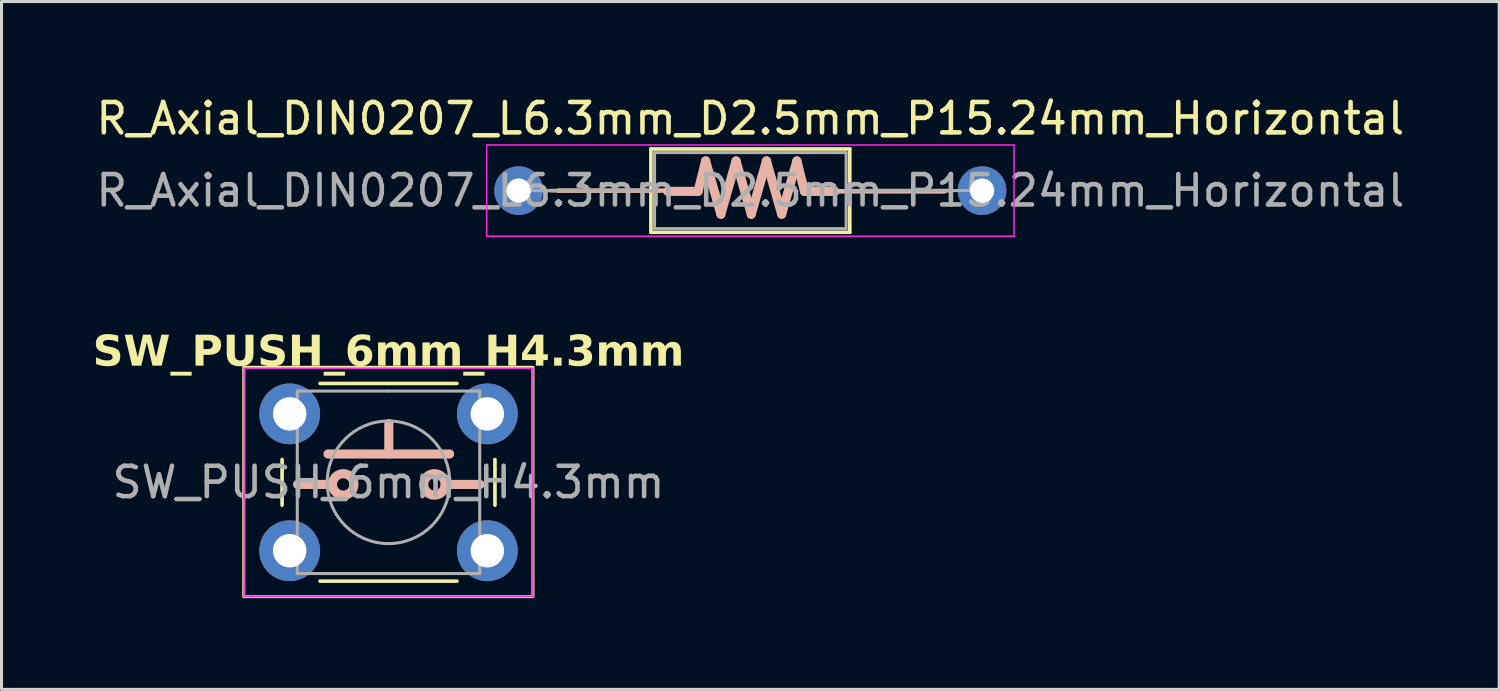
<source format=kicad_pcb>
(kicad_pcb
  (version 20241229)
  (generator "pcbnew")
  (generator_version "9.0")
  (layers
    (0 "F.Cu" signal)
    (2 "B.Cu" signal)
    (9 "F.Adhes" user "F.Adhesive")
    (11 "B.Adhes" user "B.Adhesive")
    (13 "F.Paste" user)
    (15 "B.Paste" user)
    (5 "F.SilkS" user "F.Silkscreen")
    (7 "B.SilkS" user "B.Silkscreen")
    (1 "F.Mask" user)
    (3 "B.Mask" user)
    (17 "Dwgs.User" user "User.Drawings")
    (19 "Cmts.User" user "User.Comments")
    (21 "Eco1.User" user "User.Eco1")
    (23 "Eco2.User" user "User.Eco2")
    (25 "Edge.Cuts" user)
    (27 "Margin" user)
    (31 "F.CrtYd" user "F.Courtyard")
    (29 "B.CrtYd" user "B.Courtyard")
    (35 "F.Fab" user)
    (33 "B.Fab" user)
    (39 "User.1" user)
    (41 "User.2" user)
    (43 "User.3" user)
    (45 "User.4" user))
  (footprint "R_Axial_DIN0207_L6.3mm_D2.5mm_P15.24mm_Horizontal"
    (layer "F.Cu")
    (at 14.005 3.218)
    (property "Reference" "R_Axial_DIN0207_L6.3mm_D2.5mm_P15.24mm_Horizontal" (at 7.62 -2.37 0) (layer "F.SilkS") (effects (font (size 1 1) (thickness 0.15))))
    (attr through_hole)
    (fp_line (start 1.04 0) (end 4.35 0) (stroke (width 0.12) (type solid)) (layer "F.SilkS"))
    (fp_line (start 4.35 -1.37) (end 4.35 1.37) (stroke (width 0.12) (type solid)) (layer "F.SilkS"))
    (fp_line (start 4.35 1.37) (end 10.89 1.37) (stroke (width 0.12) (type solid)) (layer "F.SilkS"))
    (fp_line (start 10.89 -1.37) (end 4.35 -1.37) (stroke (width 0.12) (type solid)) (layer "F.SilkS"))
    (fp_line (start 10.89 1.37) (end 10.89 -1.37) (stroke (width 0.12) (type solid)) (layer "F.SilkS"))
    (fp_line (start 14.2 0) (end 10.89 0) (stroke (width 0.12) (type solid)) (layer "F.SilkS"))
    (fp_line (start 1.3 0) (end 5.875 0) (stroke (width 0.15) (type default)) (layer "B.SilkS"))
    (fp_line (start 5.9 0.025) (end 4.9 0.025) (stroke (width 0.3) (type default)) (layer "B.SilkS"))
    (fp_line (start 6.15 -0.975) (end 5.9 0.025) (stroke (width 0.3) (type default)) (layer "B.SilkS"))
    (fp_line (start 6.65 0.775) (end 6.15 -0.975) (stroke (width 0.3) (type default)) (layer "B.SilkS"))
    (fp_line (start 7.15 -0.975) (end 6.65 0.775) (stroke (width 0.3) (type default)) (layer "B.SilkS"))
    (fp_line (start 7.65 0.775) (end 7.15 -0.975) (stroke (width 0.3) (type default)) (layer "B.SilkS"))
    (fp_line (start 8.15 -0.975) (end 7.65 0.775) (stroke (width 0.3) (type default)) (layer "B.SilkS"))
    (fp_line (start 8.65 0.775) (end 8.15 -0.975) (stroke (width 0.3) (type default)) (layer "B.SilkS"))
    (fp_line (start 9.15 -0.975) (end 8.65 0.775) (stroke (width 0.3) (type default)) (layer "B.SilkS"))
    (fp_line (start 9.4 0.025) (end 9.15 -0.975) (stroke (width 0.3) (type default)) (layer "B.SilkS"))
    (fp_line (start 10.312 0.023) (end 14 0.025) (stroke (width 0.15) (type default)) (layer "B.SilkS"))
    (fp_line (start 10.4 0.025) (end 9.4 0.025) (stroke (width 0.3) (type default)) (layer "B.SilkS"))
    (fp_line (start -1.05 -1.5) (end -1.05 1.5) (stroke (width 0.05) (type solid)) (layer "F.CrtYd"))
    (fp_line (start -1.05 1.5) (end 16.29 1.5) (stroke (width 0.05) (type solid)) (layer "F.CrtYd"))
    (fp_line (start 16.29 -1.5) (end -1.05 -1.5) (stroke (width 0.05) (type solid)) (layer "F.CrtYd"))
    (fp_line (start 16.29 1.5) (end 16.29 -1.5) (stroke (width 0.05) (type solid)) (layer "F.CrtYd"))
    (fp_line (start 0 0) (end 4.47 0) (stroke (width 0.1) (type solid)) (layer "F.Fab"))
    (fp_line (start 4.47 -1.25) (end 4.47 1.25) (stroke (width 0.1) (type solid)) (layer "F.Fab"))
    (fp_line (start 4.47 1.25) (end 10.77 1.25) (stroke (width 0.1) (type solid)) (layer "F.Fab"))
    (fp_line (start 10.77 -1.25) (end 4.47 -1.25) (stroke (width 0.1) (type solid)) (layer "F.Fab"))
    (fp_line (start 10.77 1.25) (end 10.77 -1.25) (stroke (width 0.1) (type solid)) (layer "F.Fab"))
    (fp_line (start 15.24 0) (end 10.77 0) (stroke (width 0.1) (type solid)) (layer "F.Fab"))
    (fp_text user "${REFERENCE}" (at 7.62 0 0) (layer "F.Fab") (effects (font (size 1 1) (thickness 0.15))))
    (pad "1" thru_hole circle (at 0 0) (size 1.6 1.6) (drill 0.8) (layers "*.Cu" "*.Mask"))
    (pad "2" thru_hole oval (at 15.24 0) (size 1.6 1.6) (drill 0.8) (layers "*.Cu" "*.Mask")))
  (footprint "SW_PUSH_6mm_H4.3mm"
    (layer "F.Cu")
    (at 9.746 12.9)
    (property "Reference" "SW_PUSH_6mm_H4.3mm" (at -0.02 -4.34 0) (layer "F.SilkS") (effects (font (face "Open Sans") (size 1 1) (thickness 0.2) (bold yes))))
    (attr through_hole)
    (fp_line (start -3.52 -0.84) (end -3.52 0.66) (stroke (width 0.12) (type solid)) (layer "F.SilkS"))
    (fp_line (start -2.27 3.16) (end 2.23 3.16) (stroke (width 0.12) (type solid)) (layer "F.SilkS"))
    (fp_line (start 2.23 -3.34) (end -2.27 -3.34) (stroke (width 0.12) (type solid)) (layer "F.SilkS"))
    (fp_line (start 3.48 0.66) (end 3.48 -0.84) (stroke (width 0.12) (type solid)) (layer "F.SilkS"))
    (fp_rect (start -4.78 -3.87) (end 4.73 3.67) (stroke (width 0.1) (type default)) (fill no) (layer "F.SilkS"))
    (fp_line (start -2.01 -1.02) (end 1.99 -1.02) (stroke (width 0.3) (type default)) (layer "B.SilkS"))
    (fp_line (start -1.864 -0.02) (end -3.01 -0.02) (stroke (width 0.3) (type default)) (layer "B.SilkS"))
    (fp_line (start -0.01 -2.02) (end -0.01 -1.02) (stroke (width 0.3) (type default)) (layer "B.SilkS"))
    (fp_line (start 1.844 -0.02) (end 2.99 -0.02) (stroke (width 0.3) (type default)) (layer "B.SilkS"))
    (fp_circle (center -1.51 -0.02) (end -1.26 0.23) (stroke (width 0.3) (type default)) (fill no) (layer "B.SilkS"))
    (fp_circle (center 1.49 -0.02) (end 1.24 0.23) (stroke (width 0.3) (type default)) (fill no) (layer "B.SilkS"))
    (fp_line (start -4.77 -3.84) (end -4.52 -3.84) (stroke (width 0.05) (type solid)) (layer "F.CrtYd"))
    (fp_line (start -4.77 -3.59) (end -4.77 -3.84) (stroke (width 0.05) (type solid)) (layer "F.CrtYd"))
    (fp_line (start -4.77 3.41) (end -4.77 -3.59) (stroke (width 0.05) (type solid)) (layer "F.CrtYd"))
    (fp_line (start -4.77 3.41) (end -4.77 3.66) (stroke (width 0.05) (type solid)) (layer "F.CrtYd"))
    (fp_line (start -4.77 3.66) (end -4.52 3.66) (stroke (width 0.05) (type solid)) (layer "F.CrtYd"))
    (fp_line (start -4.52 -3.84) (end 4.48 -3.84) (stroke (width 0.05) (type solid)) (layer "F.CrtYd"))
    (fp_line (start 4.48 -3.84) (end 4.73 -3.84) (stroke (width 0.05) (type solid)) (layer "F.CrtYd"))
    (fp_line (start 4.48 3.66) (end -4.52 3.66) (stroke (width 0.05) (type solid)) (layer "F.CrtYd"))
    (fp_line (start 4.48 3.66) (end 4.73 3.66) (stroke (width 0.05) (type solid)) (layer "F.CrtYd"))
    (fp_line (start 4.73 -3.84) (end 4.73 -3.59) (stroke (width 0.05) (type solid)) (layer "F.CrtYd"))
    (fp_line (start 4.73 -3.59) (end 4.73 3.41) (stroke (width 0.05) (type solid)) (layer "F.CrtYd"))
    (fp_line (start 4.73 3.66) (end 4.73 3.41) (stroke (width 0.05) (type solid)) (layer "F.CrtYd"))
    (fp_line (start -3.02 -3.09) (end -0.02 -3.09) (stroke (width 0.1) (type solid)) (layer "F.Fab"))
    (fp_line (start -3.02 2.91) (end -3.02 -3.09) (stroke (width 0.1) (type solid)) (layer "F.Fab"))
    (fp_line (start -0.02 -3.09) (end 2.98 -3.09) (stroke (width 0.1) (type solid)) (layer "F.Fab"))
    (fp_line (start 2.98 -3.09) (end 2.98 2.91) (stroke (width 0.1) (type solid)) (layer "F.Fab"))
    (fp_line (start 2.98 2.91) (end -3.02 2.91) (stroke (width 0.1) (type solid)) (layer "F.Fab"))
    (fp_circle (center -0.02 -0.09) (end -2.02 0.16) (stroke (width 0.1) (type solid)) (fill no) (layer "F.Fab"))
    (fp_text user "${REFERENCE}" (at -0.02 -0.09 0) (layer "F.Fab") (effects (font (size 1 1) (thickness 0.15))))
    (pad "1" thru_hole circle (at -3.27 -2.34 90) (size 2 2) (drill 1.1) (layers "*.Cu" "*.Mask"))
    (pad "1" thru_hole circle (at 3.23 -2.34 90) (size 2 2) (drill 1.1) (layers "*.Cu" "*.Mask"))
    (pad "2" thru_hole circle (at -3.27 2.16 90) (size 2 2) (drill 1.1) (layers "*.Cu" "*.Mask"))
    (pad "2" thru_hole circle (at 3.23 2.16 90) (size 2 2) (drill 1.1) (layers "*.Cu" "*.Mask")))
  (gr_rect
    (start -3 -3)
    (end 46.25 19.62)
    (stroke (width 0.1) (type default))
    (fill no)
    (layer "Edge.Cuts")))
</source>
